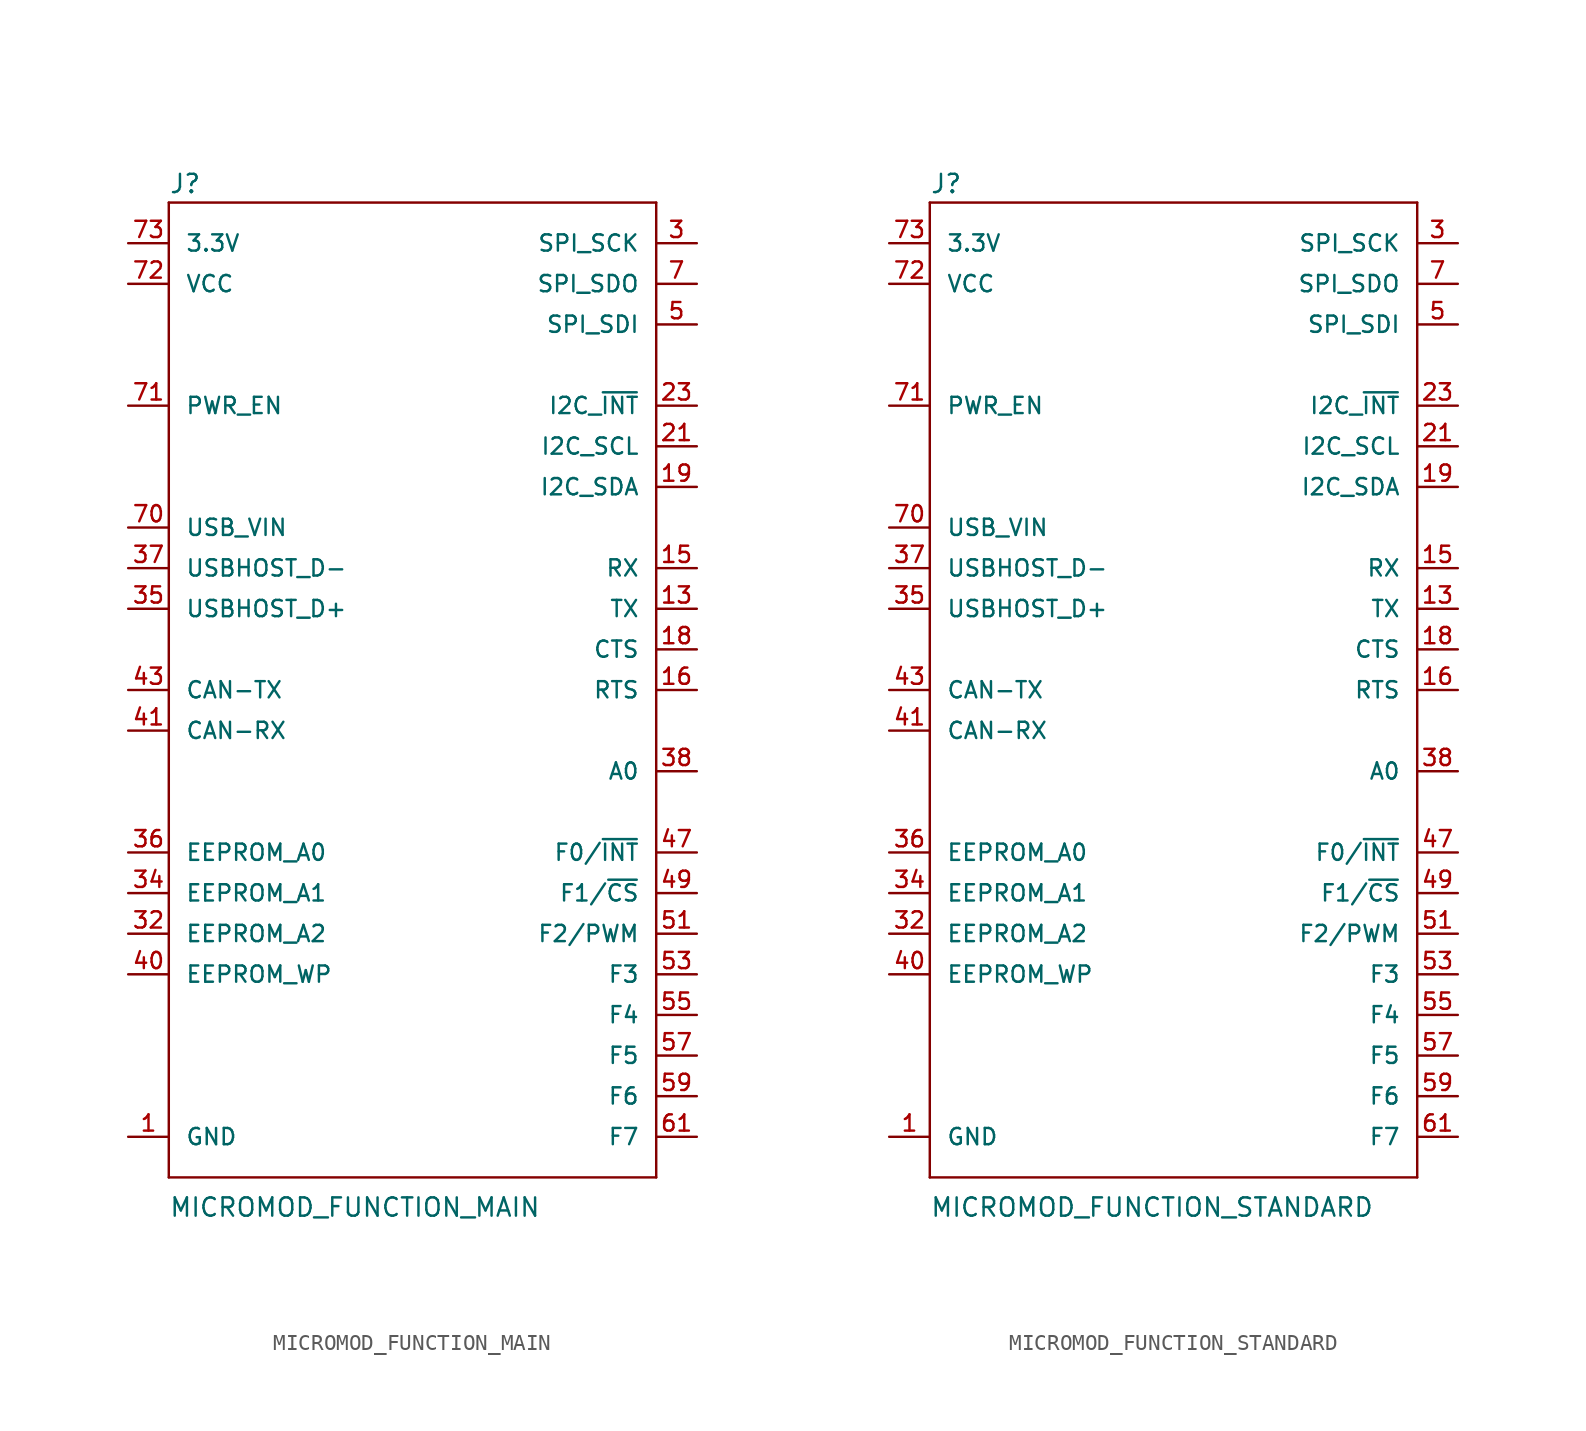
<source format=kicad_sym>
(kicad_symbol_lib
  (version 20211014)
  (generator kicad_symbol_editor)
  (symbol "MICROMOD_FUNCTION_MAIN"
    (pin_names
      (offset 1.016))
    (property "Reference" "J"
      (at -15.24 28.448 0)
      (effects (font (size 1.143 1.143)) (justify left bottom)))
    (property "Value" "MICROMOD_FUNCTION_MAIN"
      (at -15.24 -35.56 0)
      (effects (font (size 1.143 1.143)) (justify left bottom)))
    (property "ki_locked" ""
      (at 0 0 0)
      (effects (font (size 1.27 1.27))))
    (symbol "MICROMOD_FUNCTION_MAIN_1_0"
      (polyline (pts (xy -15.24 -33.02) (xy -15.24 27.94)) (stroke (width 0) (type default) (color 0 0 0 0)) (fill (type none)))
      (polyline (pts (xy -15.24 27.94) (xy 15.24 27.94)) (stroke (width 0) (type default) (color 0 0 0 0)) (fill (type none)))
      (polyline (pts (xy 15.24 -33.02) (xy -15.24 -33.02)) (stroke (width 0) (type default) (color 0 0 0 0)) (fill (type none)))
      (polyline (pts (xy 15.24 27.94) (xy 15.24 -33.02)) (stroke (width 0) (type default) (color 0 0 0 0)) (fill (type none))))
    (symbol "MICROMOD_FUNCTION_MAIN_1_1"
      (pin bidirectional line (at -17.78 -30.48 0) (length 2.54) (name "GND" (effects (font (size 1.016 1.016)))) (number "1" (effects (font (size 1.016 1.016)))))
      (pin bidirectional line (at 17.78 2.54 180) (length 2.54) (name "TX" (effects (font (size 1.016 1.016)))) (number "13" (effects (font (size 1.016 1.016)))))
      (pin bidirectional line (at 17.78 5.08 180) (length 2.54) (name "RX" (effects (font (size 1.016 1.016)))) (number "15" (effects (font (size 1.016 1.016)))))
      (pin bidirectional line (at 17.78 -2.54 180) (length 2.54) (name "RTS" (effects (font (size 1.016 1.016)))) (number "16" (effects (font (size 1.016 1.016)))))
      (pin bidirectional line (at 17.78 0 180) (length 2.54) (name "CTS" (effects (font (size 1.016 1.016)))) (number "18" (effects (font (size 1.016 1.016)))))
      (pin bidirectional line (at 17.78 10.16 180) (length 2.54) (name "I2C_SDA" (effects (font (size 1.016 1.016)))) (number "19" (effects (font (size 1.016 1.016)))))
      (pin bidirectional line (at 17.78 12.7 180) (length 2.54) (name "I2C_SCL" (effects (font (size 1.016 1.016)))) (number "21" (effects (font (size 1.016 1.016)))))
      (pin bidirectional line (at 17.78 15.24 180) (length 2.54) (name "I2C_~{INT}" (effects (font (size 1.016 1.016)))) (number "23" (effects (font (size 1.016 1.016)))))
      (pin bidirectional line (at 17.78 25.4 180) (length 2.54) (name "SPI_SCK" (effects (font (size 1.016 1.016)))) (number "3" (effects (font (size 1.016 1.016)))))
      (pin bidirectional line (at -17.78 -17.78 0) (length 2.54) (name "EEPROM_A2" (effects (font (size 1.016 1.016)))) (number "32" (effects (font (size 1.016 1.016)))))
      (pin bidirectional line (at -17.78 -30.48 0) (length 2.54) hide (name "GND" (effects (font (size 1.016 1.016)))) (number "33" (effects (font (size 1.016 1.016)))))
      (pin bidirectional line (at -17.78 -15.24 0) (length 2.54) (name "EEPROM_A1" (effects (font (size 1.016 1.016)))) (number "34" (effects (font (size 1.016 1.016)))))
      (pin bidirectional line (at -17.78 2.54 0) (length 2.54) (name "USBHOST_D+" (effects (font (size 1.016 1.016)))) (number "35" (effects (font (size 1.016 1.016)))))
      (pin bidirectional line (at -17.78 -12.7 0) (length 2.54) (name "EEPROM_A0" (effects (font (size 1.016 1.016)))) (number "36" (effects (font (size 1.016 1.016)))))
      (pin bidirectional line (at -17.78 5.08 0) (length 2.54) (name "USBHOST_D-" (effects (font (size 1.016 1.016)))) (number "37" (effects (font (size 1.016 1.016)))))
      (pin bidirectional line (at 17.78 -7.62 180) (length 2.54) (name "A0" (effects (font (size 1.016 1.016)))) (number "38" (effects (font (size 1.016 1.016)))))
      (pin bidirectional line (at -17.78 -30.48 0) (length 2.54) hide (name "GND" (effects (font (size 1.016 1.016)))) (number "39" (effects (font (size 1.016 1.016)))))
      (pin bidirectional line (at -17.78 -20.32 0) (length 2.54) (name "EEPROM_WP" (effects (font (size 1.016 1.016)))) (number "40" (effects (font (size 1.016 1.016)))))
      (pin bidirectional line (at -17.78 -5.08 0) (length 2.54) (name "CAN-RX" (effects (font (size 1.016 1.016)))) (number "41" (effects (font (size 1.016 1.016)))))
      (pin bidirectional line (at -17.78 -2.54 0) (length 2.54) (name "CAN-TX" (effects (font (size 1.016 1.016)))) (number "43" (effects (font (size 1.016 1.016)))))
      (pin bidirectional line (at -17.78 -30.48 0) (length 2.54) hide (name "GND" (effects (font (size 1.016 1.016)))) (number "45" (effects (font (size 1.016 1.016)))))
      (pin bidirectional line (at 17.78 -12.7 180) (length 2.54) (name "F0/~{INT}" (effects (font (size 1.016 1.016)))) (number "47" (effects (font (size 1.016 1.016)))))
      (pin bidirectional line (at 17.78 -15.24 180) (length 2.54) (name "F1/~{CS}" (effects (font (size 1.016 1.016)))) (number "49" (effects (font (size 1.016 1.016)))))
      (pin bidirectional line (at 17.78 20.32 180) (length 2.54) (name "SPI_SDI" (effects (font (size 1.016 1.016)))) (number "5" (effects (font (size 1.016 1.016)))))
      (pin bidirectional line (at 17.78 -17.78 180) (length 2.54) (name "F2/PWM" (effects (font (size 1.016 1.016)))) (number "51" (effects (font (size 1.016 1.016)))))
      (pin bidirectional line (at 17.78 -20.32 180) (length 2.54) (name "F3" (effects (font (size 1.016 1.016)))) (number "53" (effects (font (size 1.016 1.016)))))
      (pin bidirectional line (at 17.78 -22.86 180) (length 2.54) (name "F4" (effects (font (size 1.016 1.016)))) (number "55" (effects (font (size 1.016 1.016)))))
      (pin bidirectional line (at 17.78 -25.4 180) (length 2.54) (name "F5" (effects (font (size 1.016 1.016)))) (number "57" (effects (font (size 1.016 1.016)))))
      (pin bidirectional line (at 17.78 -27.94 180) (length 2.54) (name "F6" (effects (font (size 1.016 1.016)))) (number "59" (effects (font (size 1.016 1.016)))))
      (pin bidirectional line (at 17.78 -30.48 180) (length 2.54) (name "F7" (effects (font (size 1.016 1.016)))) (number "61" (effects (font (size 1.016 1.016)))))
      (pin bidirectional line (at 17.78 22.86 180) (length 2.54) (name "SPI_SDO" (effects (font (size 1.016 1.016)))) (number "7" (effects (font (size 1.016 1.016)))))
      (pin bidirectional line (at -17.78 7.62 0) (length 2.54) (name "USB_VIN" (effects (font (size 1.016 1.016)))) (number "70" (effects (font (size 1.016 1.016)))))
      (pin bidirectional line (at -17.78 15.24 0) (length 2.54) (name "PWR_EN" (effects (font (size 1.016 1.016)))) (number "71" (effects (font (size 1.016 1.016)))))
      (pin bidirectional line (at -17.78 22.86 0) (length 2.54) (name "VCC" (effects (font (size 1.016 1.016)))) (number "72" (effects (font (size 1.016 1.016)))))
      (pin bidirectional line (at -17.78 25.4 0) (length 2.54) (name "3.3V" (effects (font (size 1.016 1.016)))) (number "73" (effects (font (size 1.016 1.016)))))
      (pin bidirectional line (at -17.78 22.86 0) (length 2.54) hide (name "VCC" (effects (font (size 1.016 1.016)))) (number "74" (effects (font (size 1.016 1.016)))))
      (pin bidirectional line (at -17.78 -30.48 0) (length 2.54) hide (name "GND" (effects (font (size 1.016 1.016)))) (number "75" (effects (font (size 1.016 1.016)))))))
  (symbol "MICROMOD_FUNCTION_STANDARD"
    (pin_names
      (offset 1.016))
    (property "Reference" "J"
      (at -15.24 28.448 0)
      (effects (font (size 1.143 1.143)) (justify left bottom)))
    (property "Value" "MICROMOD_FUNCTION_STANDARD"
      (at -15.24 -35.56 0)
      (effects (font (size 1.143 1.143)) (justify left bottom)))
    (property "ki_locked" ""
      (at 0 0 0)
      (effects (font (size 1.27 1.27))))
    (symbol "MICROMOD_FUNCTION_STANDARD_1_0"
      (polyline (pts (xy -15.24 -33.02) (xy -15.24 27.94)) (stroke (width 0) (type default) (color 0 0 0 0)) (fill (type none)))
      (polyline (pts (xy -15.24 27.94) (xy 15.24 27.94)) (stroke (width 0) (type default) (color 0 0 0 0)) (fill (type none)))
      (polyline (pts (xy 15.24 -33.02) (xy -15.24 -33.02)) (stroke (width 0) (type default) (color 0 0 0 0)) (fill (type none)))
      (polyline (pts (xy 15.24 27.94) (xy 15.24 -33.02)) (stroke (width 0) (type default) (color 0 0 0 0)) (fill (type none))))
    (symbol "MICROMOD_FUNCTION_STANDARD_1_1"
      (pin bidirectional line (at -17.78 -30.48 0) (length 2.54) (name "GND" (effects (font (size 1.016 1.016)))) (number "1" (effects (font (size 1.016 1.016)))))
      (pin bidirectional line (at 17.78 2.54 180) (length 2.54) (name "TX" (effects (font (size 1.016 1.016)))) (number "13" (effects (font (size 1.016 1.016)))))
      (pin bidirectional line (at 17.78 5.08 180) (length 2.54) (name "RX" (effects (font (size 1.016 1.016)))) (number "15" (effects (font (size 1.016 1.016)))))
      (pin bidirectional line (at 17.78 -2.54 180) (length 2.54) (name "RTS" (effects (font (size 1.016 1.016)))) (number "16" (effects (font (size 1.016 1.016)))))
      (pin bidirectional line (at 17.78 0 180) (length 2.54) (name "CTS" (effects (font (size 1.016 1.016)))) (number "18" (effects (font (size 1.016 1.016)))))
      (pin bidirectional line (at 17.78 10.16 180) (length 2.54) (name "I2C_SDA" (effects (font (size 1.016 1.016)))) (number "19" (effects (font (size 1.016 1.016)))))
      (pin bidirectional line (at 17.78 12.7 180) (length 2.54) (name "I2C_SCL" (effects (font (size 1.016 1.016)))) (number "21" (effects (font (size 1.016 1.016)))))
      (pin bidirectional line (at 17.78 15.24 180) (length 2.54) (name "I2C_~{INT}" (effects (font (size 1.016 1.016)))) (number "23" (effects (font (size 1.016 1.016)))))
      (pin bidirectional line (at 17.78 25.4 180) (length 2.54) (name "SPI_SCK" (effects (font (size 1.016 1.016)))) (number "3" (effects (font (size 1.016 1.016)))))
      (pin bidirectional line (at -17.78 -17.78 0) (length 2.54) (name "EEPROM_A2" (effects (font (size 1.016 1.016)))) (number "32" (effects (font (size 1.016 1.016)))))
      (pin bidirectional line (at -17.78 -30.48 0) (length 2.54) hide (name "GND" (effects (font (size 1.016 1.016)))) (number "33" (effects (font (size 1.016 1.016)))))
      (pin bidirectional line (at -17.78 -15.24 0) (length 2.54) (name "EEPROM_A1" (effects (font (size 1.016 1.016)))) (number "34" (effects (font (size 1.016 1.016)))))
      (pin bidirectional line (at -17.78 2.54 0) (length 2.54) (name "USBHOST_D+" (effects (font (size 1.016 1.016)))) (number "35" (effects (font (size 1.016 1.016)))))
      (pin bidirectional line (at -17.78 -12.7 0) (length 2.54) (name "EEPROM_A0" (effects (font (size 1.016 1.016)))) (number "36" (effects (font (size 1.016 1.016)))))
      (pin bidirectional line (at -17.78 5.08 0) (length 2.54) (name "USBHOST_D-" (effects (font (size 1.016 1.016)))) (number "37" (effects (font (size 1.016 1.016)))))
      (pin bidirectional line (at 17.78 -7.62 180) (length 2.54) (name "A0" (effects (font (size 1.016 1.016)))) (number "38" (effects (font (size 1.016 1.016)))))
      (pin bidirectional line (at -17.78 -30.48 0) (length 2.54) hide (name "GND" (effects (font (size 1.016 1.016)))) (number "39" (effects (font (size 1.016 1.016)))))
      (pin bidirectional line (at -17.78 -20.32 0) (length 2.54) (name "EEPROM_WP" (effects (font (size 1.016 1.016)))) (number "40" (effects (font (size 1.016 1.016)))))
      (pin bidirectional line (at -17.78 -5.08 0) (length 2.54) (name "CAN-RX" (effects (font (size 1.016 1.016)))) (number "41" (effects (font (size 1.016 1.016)))))
      (pin bidirectional line (at -17.78 -2.54 0) (length 2.54) (name "CAN-TX" (effects (font (size 1.016 1.016)))) (number "43" (effects (font (size 1.016 1.016)))))
      (pin bidirectional line (at -17.78 -30.48 0) (length 2.54) hide (name "GND" (effects (font (size 1.016 1.016)))) (number "45" (effects (font (size 1.016 1.016)))))
      (pin bidirectional line (at 17.78 -12.7 180) (length 2.54) (name "F0/~{INT}" (effects (font (size 1.016 1.016)))) (number "47" (effects (font (size 1.016 1.016)))))
      (pin bidirectional line (at 17.78 -15.24 180) (length 2.54) (name "F1/~{CS}" (effects (font (size 1.016 1.016)))) (number "49" (effects (font (size 1.016 1.016)))))
      (pin bidirectional line (at 17.78 20.32 180) (length 2.54) (name "SPI_SDI" (effects (font (size 1.016 1.016)))) (number "5" (effects (font (size 1.016 1.016)))))
      (pin bidirectional line (at 17.78 -17.78 180) (length 2.54) (name "F2/PWM" (effects (font (size 1.016 1.016)))) (number "51" (effects (font (size 1.016 1.016)))))
      (pin bidirectional line (at 17.78 -20.32 180) (length 2.54) (name "F3" (effects (font (size 1.016 1.016)))) (number "53" (effects (font (size 1.016 1.016)))))
      (pin bidirectional line (at 17.78 -22.86 180) (length 2.54) (name "F4" (effects (font (size 1.016 1.016)))) (number "55" (effects (font (size 1.016 1.016)))))
      (pin bidirectional line (at 17.78 -25.4 180) (length 2.54) (name "F5" (effects (font (size 1.016 1.016)))) (number "57" (effects (font (size 1.016 1.016)))))
      (pin bidirectional line (at 17.78 -27.94 180) (length 2.54) (name "F6" (effects (font (size 1.016 1.016)))) (number "59" (effects (font (size 1.016 1.016)))))
      (pin bidirectional line (at 17.78 -30.48 180) (length 2.54) (name "F7" (effects (font (size 1.016 1.016)))) (number "61" (effects (font (size 1.016 1.016)))))
      (pin bidirectional line (at 17.78 22.86 180) (length 2.54) (name "SPI_SDO" (effects (font (size 1.016 1.016)))) (number "7" (effects (font (size 1.016 1.016)))))
      (pin bidirectional line (at -17.78 7.62 0) (length 2.54) (name "USB_VIN" (effects (font (size 1.016 1.016)))) (number "70" (effects (font (size 1.016 1.016)))))
      (pin bidirectional line (at -17.78 15.24 0) (length 2.54) (name "PWR_EN" (effects (font (size 1.016 1.016)))) (number "71" (effects (font (size 1.016 1.016)))))
      (pin bidirectional line (at -17.78 22.86 0) (length 2.54) (name "VCC" (effects (font (size 1.016 1.016)))) (number "72" (effects (font (size 1.016 1.016)))))
      (pin bidirectional line (at -17.78 25.4 0) (length 2.54) (name "3.3V" (effects (font (size 1.016 1.016)))) (number "73" (effects (font (size 1.016 1.016)))))
      (pin bidirectional line (at -17.78 22.86 0) (length 2.54) hide (name "VCC" (effects (font (size 1.016 1.016)))) (number "74" (effects (font (size 1.016 1.016)))))
      (pin bidirectional line (at -17.78 -30.48 0) (length 2.54) hide (name "GND" (effects (font (size 1.016 1.016)))) (number "75" (effects (font (size 1.016 1.016)))))
      (pin bidirectional line (at -17.78 -30.48 0) (length 2.54) hide (name "GND" (effects (font (size 1.016 1.016)))) (number "GND1" (effects (font (size 1.016 1.016)))))
      (pin bidirectional line (at -17.78 -30.48 0) (length 2.54) hide (name "GND" (effects (font (size 1.016 1.016)))) (number "GND2" (effects (font (size 1.016 1.016)))))
      (pin bidirectional line (at -17.78 -30.48 0) (length 2.54) hide (name "GND" (effects (font (size 1.016 1.016)))) (number "GND3" (effects (font (size 1.016 1.016)))))
      (pin bidirectional line (at -17.78 -30.48 0) (length 2.54) hide (name "GND" (effects (font (size 1.016 1.016)))) (number "GND4" (effects (font (size 1.016 1.016)))))
      (pin bidirectional line (at -17.78 -30.48 0) (length 2.54) hide (name "GND" (effects (font (size 1.016 1.016)))) (number "GND5" (effects (font (size 1.016 1.016)))))
      (pin bidirectional line (at -17.78 -30.48 0) (length 2.54) hide (name "GND" (effects (font (size 1.016 1.016)))) (number "GND6" (effects (font (size 1.016 1.016))))))))
</source>
